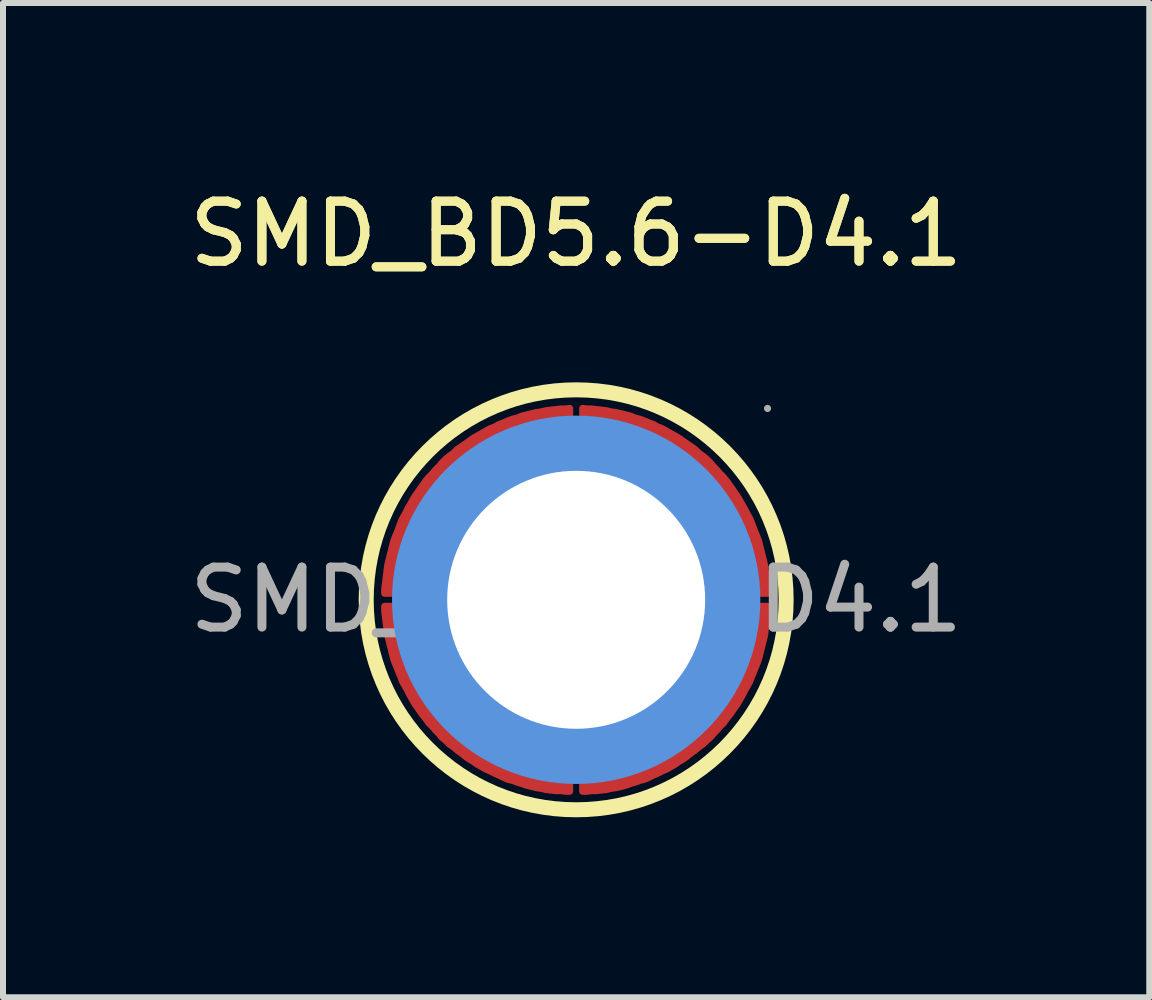
<source format=kicad_pcb>
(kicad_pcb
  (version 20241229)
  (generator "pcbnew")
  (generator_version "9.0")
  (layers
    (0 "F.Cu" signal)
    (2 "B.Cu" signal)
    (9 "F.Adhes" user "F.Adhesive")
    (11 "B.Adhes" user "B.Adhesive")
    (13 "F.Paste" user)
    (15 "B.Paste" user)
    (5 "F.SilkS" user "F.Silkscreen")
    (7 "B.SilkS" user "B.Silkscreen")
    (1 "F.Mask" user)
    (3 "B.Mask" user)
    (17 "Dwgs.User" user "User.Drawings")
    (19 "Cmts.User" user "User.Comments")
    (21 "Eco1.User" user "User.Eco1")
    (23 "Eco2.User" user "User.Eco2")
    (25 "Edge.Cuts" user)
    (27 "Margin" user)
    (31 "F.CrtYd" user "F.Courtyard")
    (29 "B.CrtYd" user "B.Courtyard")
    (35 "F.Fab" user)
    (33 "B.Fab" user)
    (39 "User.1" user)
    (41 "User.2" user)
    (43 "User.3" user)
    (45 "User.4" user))
  (footprint "SMD_BD5.6-D4.1"
    (layer "F.Cu")
    (at 6.554 6.948)
    (property "Reference" "SMD_BD5.6-D4.1" (at 0 -6.1 0) (layer "F.SilkS") (effects (font (size 1 1) (thickness 0.15))))
    (attr smd)
    (fp_circle (center 0 0) (end 3.5 0) (stroke (width 0.25) (type solid)) (fill no) (layer "F.SilkS"))
    (fp_circle (center 0 0) (end 1.02 0) (stroke (width 2.05) (type solid)) (fill no) (layer "Cmts.User"))
    (fp_circle (center 3.19 -3.19) (end 3.22 -3.19) (stroke (width 0.06) (type solid)) (fill no) (layer "F.Fab"))
    (fp_text user "${REFERENCE}" (at 0 -6.1 0) (layer "F.SilkS") (effects (font (size 1 1) (thickness 0.15))))
    (fp_text user "${REFERENCE}" (at 0 0 0) (layer "F.Fab") (effects (font (size 1 1) (thickness 0.15))))
    (pad "" thru_hole circle (at 0 0) (size 4.3 4.3) (drill 4.3) (layers "*.Cu" "*.Mask"))
    (pad "1" smd custom (at -2.1 -1.65) (size 0.01 0.01) (layers "F.Cu" "F.Mask" "F.Paste") (options (anchor circle)) (primitives (gr_poly (pts (xy 2 -1.55) (xy 2 -0.55) (xy 1.93 -0.54) (xy 1.86 -0.54) (xy 1.8 -0.53) (xy 1.73 -0.52) (xy 1.66 -0.5) (xy 1.6 -0.49) (xy 1.53 -0.47) (xy 1.47 -0.46) (xy 1.4 -0.43) (xy 1.34 -0.41) (xy 1.27 -0.39) (xy 1.21 -0.36) (xy 1.15 -0.33) (xy 1.09 -0.3) (xy 1.03 -0.27) (xy 0.97 -0.24) (xy 0.91 -0.2) (xy 0.86 -0.16) (xy 0.8 -0.12) (xy 0.75 -0.08) (xy 0.69 -0.04) (xy 0.64 0) (xy 0.59 0.05) (xy 0.54 0.1) (xy 0.49 0.14) (xy 0.45 0.2) (xy 0.4 0.25) (xy 0.36 0.3) (xy 0.32 0.35) (xy 0.28 0.41) (xy 0.24 0.47) (xy 0.21 0.52) (xy 0.18 0.58) (xy 0.14 0.64) (xy 0.11 0.7) (xy 0.08 0.76) (xy 0.06 0.83) (xy 0.03 0.89) (xy 0.01 0.95) (xy -0.01 1.02) (xy -0.03 1.09) (xy -0.04 1.15) (xy -0.06 1.22) (xy -0.07 1.28) (xy -0.08 1.35) (xy -0.09 1.42) (xy -0.1 1.49) (xy -0.1 1.55) (xy -1.1 1.55) (xy -1.1 1.47) (xy -1.09 1.39) (xy -1.08 1.31) (xy -1.07 1.23) (xy -1.06 1.15) (xy -1.05 1.07) (xy -1.03 0.99) (xy -1.01 0.91) (xy -0.99 0.83) (xy -0.97 0.75) (xy -0.95 0.67) (xy -0.92 0.59) (xy -0.89 0.52) (xy -0.86 0.44) (xy -0.83 0.36) (xy -0.8 0.29) (xy -0.76 0.22) (xy -0.72 0.14) (xy -0.68 0.07) (xy -0.64 0) (xy -0.6 -0.07) (xy -0.55 -0.14) (xy -0.51 -0.2) (xy -0.46 -0.27) (xy -0.41 -0.34) (xy -0.36 -0.4) (xy -0.3 -0.46) (xy -0.25 -0.52) (xy -0.19 -0.58) (xy -0.14 -0.64) (xy -0.08 -0.7) (xy -0.02 -0.75) (xy 0.05 -0.8) (xy 0.11 -0.86) (xy 0.18 -0.91) (xy 0.24 -0.95) (xy 0.31 -1) (xy 0.38 -1.05) (xy 0.45 -1.09) (xy 0.52 -1.13) (xy 0.59 -1.17) (xy 0.66 -1.21) (xy 0.74 -1.24) (xy 0.81 -1.28) (xy 0.89 -1.31) (xy 0.96 -1.34) (xy 1.04 -1.37) (xy 1.12 -1.39) (xy 1.19 -1.42) (xy 1.27 -1.44) (xy 1.35 -1.46) (xy 1.43 -1.48) (xy 1.51 -1.49) (xy 1.59 -1.51) (xy 1.67 -1.52) (xy 1.76 -1.53) (xy 1.84 -1.54) (xy 1.92 -1.54) (xy 2 -1.55)) (width 0.1) (fill yes))))
    (pad "2" smd custom (at 1.65 -2.1) (size 0.01 0.01) (layers "F.Cu" "F.Mask" "F.Paste") (options (anchor circle)) (primitives (gr_poly (pts (xy 1.55 2) (xy 0.55 2) (xy 0.55 1.94) (xy 0.54 1.87) (xy 0.53 1.8) (xy 0.52 1.73) (xy 0.51 1.67) (xy 0.49 1.6) (xy 0.48 1.54) (xy 0.46 1.47) (xy 0.44 1.4) (xy 0.42 1.34) (xy 0.39 1.28) (xy 0.37 1.21) (xy 0.34 1.15) (xy 0.31 1.09) (xy 0.27 1.03) (xy 0.24 0.97) (xy 0.21 0.92) (xy 0.17 0.86) (xy 0.13 0.8) (xy 0.09 0.75) (xy 0.05 0.7) (xy 0 0.65) (xy -0.04 0.59) (xy -0.09 0.55) (xy -0.14 0.5) (xy -0.19 0.45) (xy -0.24 0.41) (xy -0.3 0.37) (xy -0.35 0.33) (xy -0.41 0.29) (xy -0.46 0.25) (xy -0.52 0.21) (xy -0.58 0.18) (xy -0.64 0.15) (xy -0.7 0.12) (xy -0.76 0.09) (xy -0.82 0.06) (xy -0.89 0.04) (xy -0.95 0.02) (xy -1.02 -0.01) (xy -1.08 -0.02) (xy -1.15 -0.04) (xy -1.21 -0.05) (xy -1.28 -0.07) (xy -1.35 -0.08) (xy -1.41 -0.09) (xy -1.48 -0.09) (xy -1.55 -0.1) (xy -1.55 -1.1) (xy -1.47 -1.09) (xy -1.39 -1.09) (xy -1.31 -1.08) (xy -1.22 -1.07) (xy -1.14 -1.06) (xy -1.06 -1.04) (xy -0.98 -1.03) (xy -0.9 -1.01) (xy -0.82 -0.99) (xy -0.74 -0.97) (xy -0.67 -0.94) (xy -0.59 -0.92) (xy -0.51 -0.89) (xy -0.44 -0.86) (xy -0.36 -0.83) (xy -0.29 -0.79) (xy -0.21 -0.76) (xy -0.14 -0.72) (xy -0.07 -0.68) (xy 0 -0.64) (xy 0.07 -0.6) (xy 0.14 -0.55) (xy 0.21 -0.5) (xy 0.27 -0.46) (xy 0.34 -0.41) (xy 0.4 -0.35) (xy 0.47 -0.3) (xy 0.53 -0.25) (xy 0.59 -0.19) (xy 0.64 -0.13) (xy 0.7 -0.07) (xy 0.75 -0.01) (xy 0.81 0.05) (xy 0.86 0.11) (xy 0.91 0.18) (xy 0.96 0.25) (xy 1 0.31) (xy 1.05 0.38) (xy 1.09 0.45) (xy 1.13 0.52) (xy 1.17 0.59) (xy 1.21 0.67) (xy 1.25 0.74) (xy 1.28 0.81) (xy 1.31 0.89) (xy 1.34 0.97) (xy 1.37 1.04) (xy 1.4 1.12) (xy 1.42 1.2) (xy 1.44 1.28) (xy 1.46 1.36) (xy 1.48 1.44) (xy 1.5 1.52) (xy 1.51 1.6) (xy 1.52 1.68) (xy 1.53 1.76) (xy 1.54 1.84) (xy 1.55 1.92) (xy 1.55 2)) (width 0.1) (fill yes))))
    (pad "3" smd custom (at 2.1 1.65) (size 0.01 0.01) (layers "F.Cu" "F.Mask" "F.Paste") (options (anchor circle)) (primitives (gr_poly (pts (xy -2 1.55) (xy -2 0.55) (xy -1.93 0.55) (xy -1.86 0.54) (xy -1.8 0.54) (xy -1.73 0.53) (xy -1.66 0.51) (xy -1.6 0.5) (xy -1.53 0.48) (xy -1.47 0.46) (xy -1.4 0.44) (xy -1.34 0.42) (xy -1.27 0.4) (xy -1.21 0.37) (xy -1.15 0.34) (xy -1.09 0.31) (xy -1.03 0.28) (xy -0.97 0.24) (xy -0.91 0.21) (xy -0.86 0.17) (xy -0.8 0.13) (xy -0.75 0.09) (xy -0.69 0.05) (xy -0.64 0) (xy -0.59 -0.04) (xy -0.54 -0.09) (xy -0.49 -0.14) (xy -0.45 -0.19) (xy -0.4 -0.24) (xy -0.36 -0.29) (xy -0.32 -0.35) (xy -0.28 -0.4) (xy -0.24 -0.46) (xy -0.21 -0.52) (xy -0.18 -0.57) (xy -0.14 -0.63) (xy -0.11 -0.7) (xy -0.08 -0.76) (xy -0.06 -0.82) (xy -0.03 -0.88) (xy -0.01 -0.95) (xy 0.01 -1.01) (xy 0.03 -1.08) (xy 0.04 -1.14) (xy 0.06 -1.21) (xy 0.07 -1.28) (xy 0.08 -1.34) (xy 0.09 -1.41) (xy 0.1 -1.48) (xy 0.1 -1.55) (xy 1.1 -1.55) (xy 1.1 -1.46) (xy 1.09 -1.38) (xy 1.08 -1.3) (xy 1.07 -1.22) (xy 1.06 -1.14) (xy 1.05 -1.06) (xy 1.03 -0.98) (xy 1.01 -0.9) (xy 0.99 -0.82) (xy 0.97 -0.74) (xy 0.95 -0.66) (xy 0.92 -0.58) (xy 0.89 -0.51) (xy 0.86 -0.43) (xy 0.83 -0.36) (xy 0.8 -0.28) (xy 0.76 -0.21) (xy 0.72 -0.14) (xy 0.68 -0.06) (xy 0.64 0.01) (xy 0.6 0.08) (xy 0.55 0.15) (xy 0.51 0.21) (xy 0.46 0.28) (xy 0.41 0.34) (xy 0.36 0.41) (xy 0.3 0.47) (xy 0.25 0.53) (xy 0.19 0.59) (xy 0.14 0.65) (xy 0.08 0.7) (xy 0.02 0.76) (xy -0.05 0.81) (xy -0.11 0.86) (xy -0.18 0.91) (xy -0.24 0.96) (xy -0.31 1.01) (xy -0.38 1.05) (xy -0.45 1.1) (xy -0.52 1.14) (xy -0.59 1.18) (xy -0.66 1.21) (xy -0.74 1.25) (xy -0.81 1.28) (xy -0.89 1.32) (xy -0.96 1.35) (xy -1.04 1.37) (xy -1.12 1.4) (xy -1.19 1.42) (xy -1.27 1.45) (xy -1.35 1.47) (xy -1.43 1.49) (xy -1.51 1.5) (xy -1.59 1.52) (xy -1.67 1.53) (xy -1.76 1.54) (xy -1.84 1.54) (xy -1.92 1.55) (xy -2 1.55)) (width 0.1) (fill yes))))
    (pad "4" smd custom (at -1.65 2.1) (size 0.01 0.01) (layers "F.Cu" "F.Mask" "F.Paste") (options (anchor circle)) (primitives (gr_poly (pts (xy -1.55 -2) (xy -0.55 -2) (xy -0.55 -1.93) (xy -0.54 -1.86) (xy -0.53 -1.79) (xy -0.52 -1.73) (xy -0.51 -1.66) (xy -0.49 -1.59) (xy -0.48 -1.53) (xy -0.46 -1.46) (xy -0.44 -1.4) (xy -0.42 -1.33) (xy -0.39 -1.27) (xy -0.37 -1.21) (xy -0.34 -1.15) (xy -0.31 -1.08) (xy -0.27 -1.02) (xy -0.24 -0.97) (xy -0.21 -0.91) (xy -0.17 -0.85) (xy -0.13 -0.8) (xy -0.09 -0.74) (xy -0.05 -0.69) (xy 0 -0.64) (xy 0.04 -0.59) (xy 0.09 -0.54) (xy 0.14 -0.49) (xy 0.19 -0.45) (xy 0.24 -0.4) (xy 0.3 -0.36) (xy 0.35 -0.32) (xy 0.41 -0.28) (xy 0.46 -0.24) (xy 0.52 -0.21) (xy 0.58 -0.17) (xy 0.64 -0.14) (xy 0.7 -0.11) (xy 0.76 -0.08) (xy 0.82 -0.05) (xy 0.89 -0.03) (xy 0.95 -0.01) (xy 1.02 0.01) (xy 1.08 0.03) (xy 1.15 0.05) (xy 1.21 0.06) (xy 1.28 0.08) (xy 1.35 0.09) (xy 1.41 0.09) (xy 1.48 0.1) (xy 1.55 0.1) (xy 1.55 1.1) (xy 1.47 1.1) (xy 1.39 1.09) (xy 1.31 1.09) (xy 1.22 1.08) (xy 1.14 1.07) (xy 1.06 1.05) (xy 0.98 1.04) (xy 0.9 1.02) (xy 0.82 1) (xy 0.74 0.97) (xy 0.67 0.95) (xy 0.59 0.92) (xy 0.51 0.9) (xy 0.44 0.87) (xy 0.36 0.83) (xy 0.29 0.8) (xy 0.21 0.76) (xy 0.14 0.73) (xy 0.07 0.69) (xy 0 0.65) (xy -0.07 0.6) (xy -0.14 0.56) (xy -0.21 0.51) (xy -0.27 0.46) (xy -0.34 0.41) (xy -0.4 0.36) (xy -0.47 0.31) (xy -0.53 0.25) (xy -0.59 0.2) (xy -0.64 0.14) (xy -0.7 0.08) (xy -0.75 0.02) (xy -0.81 -0.04) (xy -0.86 -0.11) (xy -0.91 -0.17) (xy -0.96 -0.24) (xy -1 -0.3) (xy -1.05 -0.37) (xy -1.09 -0.44) (xy -1.13 -0.51) (xy -1.17 -0.59) (xy -1.21 -0.66) (xy -1.25 -0.73) (xy -1.28 -0.81) (xy -1.31 -0.88) (xy -1.34 -0.96) (xy -1.37 -1.03) (xy -1.4 -1.11) (xy -1.42 -1.19) (xy -1.44 -1.27) (xy -1.46 -1.35) (xy -1.48 -1.43) (xy -1.5 -1.51) (xy -1.51 -1.59) (xy -1.52 -1.67) (xy -1.53 -1.75) (xy -1.54 -1.83) (xy -1.55 -1.91) (xy -1.55 -2)) (width 0.1) (fill yes)))))
  (gr_rect
    (start -3 -3)
    (end 16.107 13.573)
    (stroke (width 0.1) (type default))
    (fill no)
    (layer "Edge.Cuts")))
</source>
